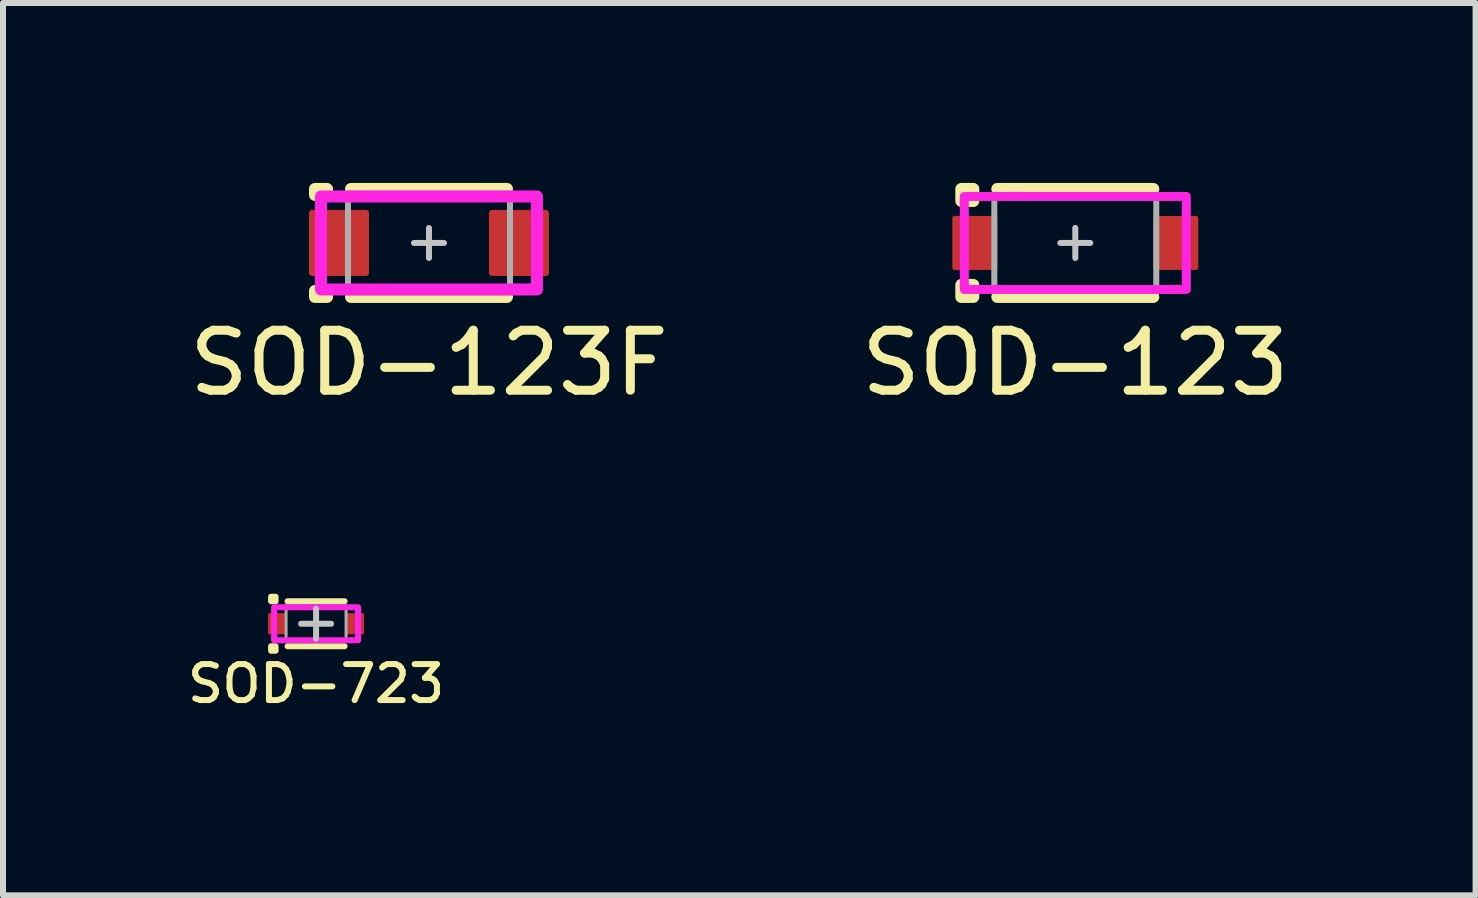
<source format=kicad_pcb>
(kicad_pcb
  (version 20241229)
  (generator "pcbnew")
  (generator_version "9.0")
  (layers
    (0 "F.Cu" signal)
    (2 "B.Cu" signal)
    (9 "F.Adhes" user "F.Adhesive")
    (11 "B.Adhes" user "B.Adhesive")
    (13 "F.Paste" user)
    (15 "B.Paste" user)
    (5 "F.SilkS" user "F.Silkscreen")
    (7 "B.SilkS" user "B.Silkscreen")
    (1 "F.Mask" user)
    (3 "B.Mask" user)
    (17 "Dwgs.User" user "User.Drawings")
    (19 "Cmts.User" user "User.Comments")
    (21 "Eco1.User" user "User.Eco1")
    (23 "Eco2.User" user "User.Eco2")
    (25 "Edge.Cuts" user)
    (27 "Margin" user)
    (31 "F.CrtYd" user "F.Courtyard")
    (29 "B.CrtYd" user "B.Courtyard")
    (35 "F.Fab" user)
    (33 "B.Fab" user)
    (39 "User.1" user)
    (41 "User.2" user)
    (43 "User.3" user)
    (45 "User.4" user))
  (footprint "SOD-123"
    (layer "F.Cu")
    (at 14.875 1)
    (property "Reference" "SOD-123" (at 0 2 0) (unlocked yes) (layer "F.SilkS") (effects (font (size 1 1) (thickness 0.15))))
    (attr smd)
    (fp_line (start -1.3 -0.9) (end 1.3 -0.9) (stroke (width 0.2) (type solid)) (layer "F.SilkS"))
    (fp_line (start -1.3 0.9) (end 1.3 0.9) (stroke (width 0.2) (type solid)) (layer "F.SilkS"))
    (fp_rect (start -1.9 -0.9) (end -1.7 -0.7) (stroke (width 0.2) (type solid)) (fill no) (layer "F.SilkS"))
    (fp_rect (start -1.9 0.7) (end -1.7 0.9) (stroke (width 0.2) (type solid)) (fill no) (layer "F.SilkS"))
    (fp_line (start -0.25 0) (end 0.25 0) (stroke (width 0.1) (type solid)) (layer "Dwgs.User"))
    (fp_line (start 0 -0.25) (end 0 0.25) (stroke (width 0.1) (type solid)) (layer "Dwgs.User"))
    (fp_rect (start -1.85 -0.775) (end 1.85 0.775) (stroke (width 0.15) (type solid)) (fill no) (layer "F.CrtYd"))
    (fp_rect (start -1.35 -0.8) (end 1.35 0.8) (stroke (width 0.1) (type solid)) (fill no) (layer "F.Fab"))
    (pad "1" smd roundrect (at -1.675 0 90) (size 0.9 0.75) (layers "F.Cu" "F.Mask" "F.Paste") (roundrect_rratio 0.05))
    (pad "2" smd roundrect (at 1.675 0 90) (size 0.9 0.75) (layers "F.Cu" "F.Mask" "F.Paste") (roundrect_rratio 0.05)))
  (footprint "SOD-123F"
    (layer "F.Cu")
    (at 4.101 1)
    (property "Reference" "SOD-123F" (at 0 2 0) (unlocked yes) (layer "F.SilkS") (effects (font (size 1 1) (thickness 0.15))))
    (attr smd)
    (fp_line (start -1.3 -0.9) (end 1.3 -0.9) (stroke (width 0.2) (type solid)) (layer "F.SilkS"))
    (fp_line (start -1.3 0.9) (end 1.3 0.9) (stroke (width 0.2) (type solid)) (layer "F.SilkS"))
    (fp_rect (start -1.9 -0.8) (end -1.7 -0.9) (stroke (width 0.2) (type solid)) (fill no) (layer "F.SilkS"))
    (fp_rect (start -1.9 0.9) (end -1.7 0.8) (stroke (width 0.2) (type solid)) (fill no) (layer "F.SilkS"))
    (fp_line (start -0.25 0) (end 0.25 0) (stroke (width 0.1) (type solid)) (layer "Dwgs.User"))
    (fp_line (start 0 -0.25) (end 0 0.25) (stroke (width 0.1) (type solid)) (layer "Dwgs.User"))
    (fp_rect (start -1.8 -0.775) (end 1.8 0.775) (stroke (width 0.2) (type solid)) (fill no) (layer "F.CrtYd"))
    (fp_rect (start -1.35 -0.825) (end 1.35 0.825) (stroke (width 0.1) (type solid)) (fill no) (layer "F.Fab"))
    (pad "1" smd roundrect (at -1.5 0 90) (size 1.1 1) (layers "F.Cu" "F.Mask" "F.Paste") (roundrect_rratio 0.05))
    (pad "2" smd roundrect (at 1.5 0 90) (size 1.1 1) (layers "F.Cu" "F.Mask" "F.Paste") (roundrect_rratio 0.05)))
  (footprint "SOD-723"
    (layer "F.Cu")
    (at 2.219 7.348)
    (property "Reference" "SOD-723" (at 0 1 0) (unlocked yes) (layer "F.SilkS") (effects (font (size 0.6 0.6) (thickness 0.1))))
    (attr smd)
    (fp_line (start -0.475 -0.375) (end 0.475 -0.375) (stroke (width 0.1) (type solid)) (layer "F.SilkS"))
    (fp_line (start -0.475 0.375) (end 0.475 0.375) (stroke (width 0.1) (type solid)) (layer "F.SilkS"))
    (fp_rect (start -0.75 -0.375) (end -0.675 -0.45) (stroke (width 0.1) (type solid)) (fill no) (layer "F.SilkS"))
    (fp_rect (start -0.75 0.375) (end -0.675 0.45) (stroke (width 0.1) (type solid)) (fill no) (layer "F.SilkS"))
    (fp_line (start -0.25 0) (end 0.25 0) (stroke (width 0.1) (type solid)) (layer "Dwgs.User"))
    (fp_line (start 0 -0.25) (end 0 0.25) (stroke (width 0.1) (type solid)) (layer "Dwgs.User"))
    (fp_rect (start -0.7 -0.275) (end 0.7 0.275) (stroke (width 0.1) (type solid)) (fill no) (layer "F.CrtYd"))
    (fp_rect (start -0.5 -0.3) (end 0.5 0.3) (stroke (width 0.05) (type solid)) (fill no) (layer "F.Fab"))
    (pad "1" smd roundrect (at -0.65 0 90) (size 0.35 0.3) (layers "F.Cu" "F.Mask" "F.Paste") (roundrect_rratio 0.05))
    (pad "2" smd roundrect (at 0.65 0 90) (size 0.35 0.3) (layers "F.Cu" "F.Mask" "F.Paste") (roundrect_rratio 0.05)))
  (gr_rect
    (start -3 -3)
    (end 21.548 11.875)
    (stroke (width 0.1) (type default))
    (fill no)
    (layer "Edge.Cuts")))
</source>
